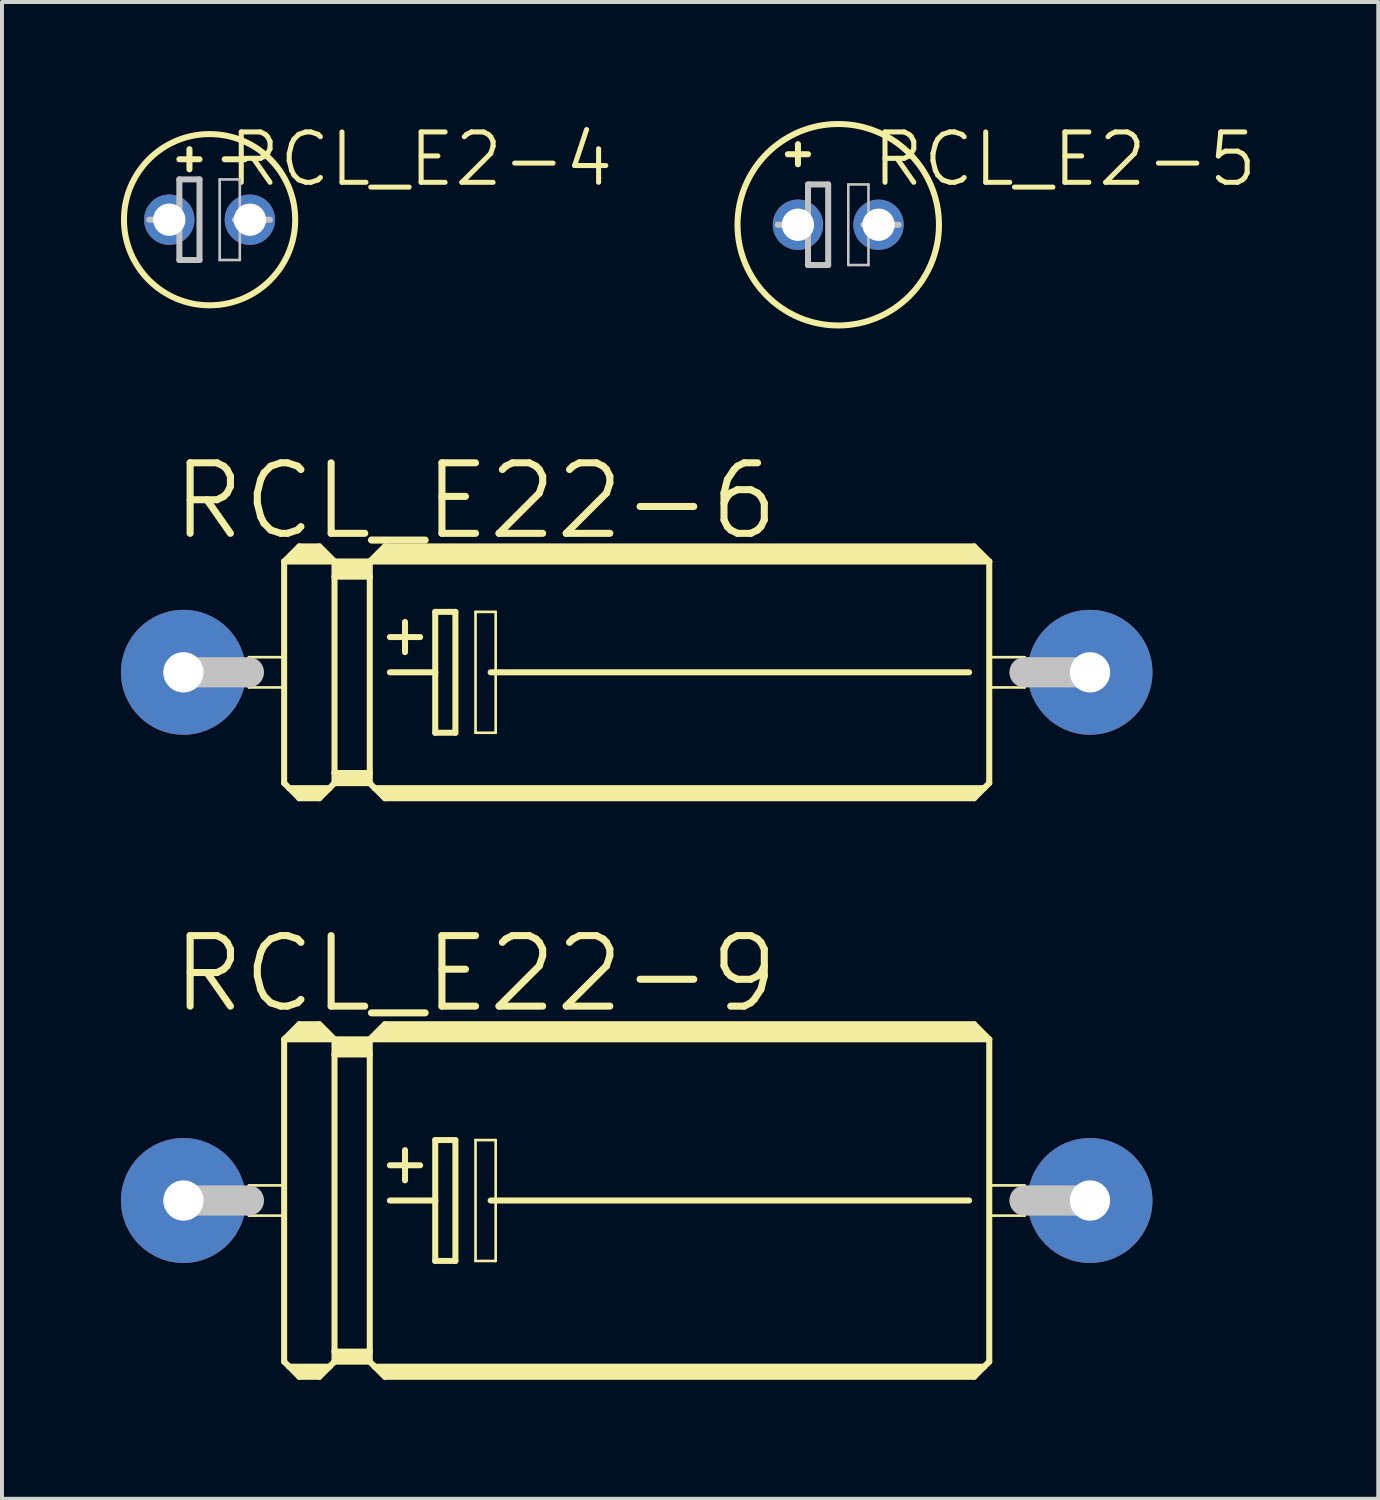
<source format=kicad_pcb>
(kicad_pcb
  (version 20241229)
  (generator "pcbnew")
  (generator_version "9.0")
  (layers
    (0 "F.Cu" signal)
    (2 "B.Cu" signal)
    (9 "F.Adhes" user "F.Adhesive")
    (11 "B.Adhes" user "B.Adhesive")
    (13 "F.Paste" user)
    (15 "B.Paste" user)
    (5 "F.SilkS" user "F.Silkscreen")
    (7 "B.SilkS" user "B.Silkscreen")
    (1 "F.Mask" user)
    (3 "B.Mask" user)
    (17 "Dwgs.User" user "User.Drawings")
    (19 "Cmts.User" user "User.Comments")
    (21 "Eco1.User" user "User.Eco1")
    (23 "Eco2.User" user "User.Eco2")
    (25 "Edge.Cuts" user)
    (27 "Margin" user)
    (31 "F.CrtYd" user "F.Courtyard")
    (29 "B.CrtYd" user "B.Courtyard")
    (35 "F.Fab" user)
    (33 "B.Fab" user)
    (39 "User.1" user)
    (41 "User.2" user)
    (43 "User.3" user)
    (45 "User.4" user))
  (footprint "RCL_E2-5"
    (layer "F.Cu")
    (at 18.087 2.617)
    (property "Reference" "RCL_E2-5" (at 5.715 -1.651 0) (layer "F.SilkS") (effects (font (size 1.27 1.27) (thickness 0.127))))
    (attr exclude_from_pos_files exclude_from_bom)
    (fp_line (start -1.27 -1.778) (end -0.762 -1.778) (stroke (width 0.152) (type solid)) (layer "F.SilkS"))
    (fp_line (start -1.016 -1.524) (end -1.016 -2.032) (stroke (width 0.152) (type solid)) (layer "F.SilkS"))
    (fp_circle (center 0 0) (end 0 -2.54) (stroke (width 0.152) (type solid)) (fill no) (layer "F.SilkS"))
    (fp_line (start -1.524 0) (end -0.762 0) (stroke (width 0.152) (type solid)) (layer "Dwgs.User"))
    (fp_line (start -0.762 -1.016) (end -0.762 0) (stroke (width 0.152) (type solid)) (layer "Dwgs.User"))
    (fp_line (start -0.762 0) (end -0.762 1.016) (stroke (width 0.152) (type solid)) (layer "Dwgs.User"))
    (fp_line (start -0.762 1.016) (end -0.254 1.016) (stroke (width 0.152) (type solid)) (layer "Dwgs.User"))
    (fp_line (start -0.254 -1.016) (end -0.762 -1.016) (stroke (width 0.152) (type solid)) (layer "Dwgs.User"))
    (fp_line (start -0.254 1.016) (end -0.254 -1.016) (stroke (width 0.152) (type solid)) (layer "Dwgs.User"))
    (fp_line (start 0.254 -1.016) (end 0.762 -1.016) (stroke (width 0.066) (type solid)) (layer "Dwgs.User"))
    (fp_line (start 0.254 1.016) (end 0.254 -1.016) (stroke (width 0.066) (type solid)) (layer "Dwgs.User"))
    (fp_line (start 0.254 1.016) (end 0.762 1.016) (stroke (width 0.066) (type solid)) (layer "Dwgs.User"))
    (fp_line (start 0.635 0) (end 1.524 0) (stroke (width 0.152) (type solid)) (layer "Dwgs.User"))
    (fp_line (start 0.762 1.016) (end 0.762 -1.016) (stroke (width 0.066) (type solid)) (layer "Dwgs.User"))
    (pad "+" thru_hole circle (at -1.016 0) (size 1.27 1.27) (drill 0.813) (layers "*.Cu" "*.Paste" "*.Mask"))
    (pad "-" thru_hole circle (at 1.016 0) (size 1.27 1.27) (drill 0.813) (layers "*.Cu" "*.Paste" "*.Mask")))
  (footprint "RCL_E2-4"
    (layer "F.Cu")
    (at 2.235 2.49)
    (property "Reference" "RCL_E2-4" (at 5.334 -1.524 0) (layer "F.SilkS") (effects (font (size 1.27 1.27) (thickness 0.127))))
    (attr exclude_from_pos_files exclude_from_bom)
    (fp_line (start -0.762 -1.524) (end -0.254 -1.524) (stroke (width 0.152) (type solid)) (layer "F.SilkS"))
    (fp_line (start -0.508 -1.27) (end -0.508 -1.778) (stroke (width 0.152) (type solid)) (layer "F.SilkS"))
    (fp_line (start 0.381 -1.524) (end 0.889 -1.524) (stroke (width 0.152) (type solid)) (layer "F.SilkS"))
    (fp_circle (center 0 0) (end 0 -2.159) (stroke (width 0.152) (type solid)) (fill no) (layer "F.SilkS"))
    (fp_line (start -1.524 0) (end -0.762 0) (stroke (width 0.152) (type solid)) (layer "Dwgs.User"))
    (fp_line (start -0.762 -1.016) (end -0.762 0) (stroke (width 0.152) (type solid)) (layer "Dwgs.User"))
    (fp_line (start -0.762 0) (end -0.762 1.016) (stroke (width 0.152) (type solid)) (layer "Dwgs.User"))
    (fp_line (start -0.762 1.016) (end -0.254 1.016) (stroke (width 0.152) (type solid)) (layer "Dwgs.User"))
    (fp_line (start -0.254 -1.016) (end -0.762 -1.016) (stroke (width 0.152) (type solid)) (layer "Dwgs.User"))
    (fp_line (start -0.254 1.016) (end -0.254 -1.016) (stroke (width 0.152) (type solid)) (layer "Dwgs.User"))
    (fp_line (start 0.254 -1.016) (end 0.762 -1.016) (stroke (width 0.066) (type solid)) (layer "Dwgs.User"))
    (fp_line (start 0.254 1.016) (end 0.254 -1.016) (stroke (width 0.066) (type solid)) (layer "Dwgs.User"))
    (fp_line (start 0.254 1.016) (end 0.762 1.016) (stroke (width 0.066) (type solid)) (layer "Dwgs.User"))
    (fp_line (start 0.635 0) (end 1.524 0) (stroke (width 0.152) (type solid)) (layer "Dwgs.User"))
    (fp_line (start 0.762 1.016) (end 0.762 -1.016) (stroke (width 0.066) (type solid)) (layer "Dwgs.User"))
    (pad "+" thru_hole circle (at -1.016 0) (size 1.27 1.27) (drill 0.813) (layers "*.Cu" "*.Paste" "*.Mask"))
    (pad "-" thru_hole circle (at 1.016 0) (size 1.27 1.27) (drill 0.813) (layers "*.Cu" "*.Paste" "*.Mask")))
  (footprint "RCL_E22-9"
    (layer "F.Cu")
    (at 13.005 27.222)
    (property "Reference" "RCL_E22-9" (at -4.064 -5.715 0) (layer "F.SilkS") (effects (font (size 1.778 1.778) (thickness 0.178))))
    (attr exclude_from_pos_files exclude_from_bom)
    (fp_line (start -9.779 -0.381) (end -8.89 -0.381) (stroke (width 0.066) (type solid)) (layer "F.SilkS"))
    (fp_line (start -9.779 0.381) (end -9.779 -0.381) (stroke (width 0.066) (type solid)) (layer "F.SilkS"))
    (fp_line (start -9.779 0.381) (end -8.89 0.381) (stroke (width 0.066) (type solid)) (layer "F.SilkS"))
    (fp_line (start -8.89 -4.064) (end -8.89 4.064) (stroke (width 0.152) (type solid)) (layer "F.SilkS"))
    (fp_line (start -8.89 -4.064) (end -8.509 -4.445) (stroke (width 0.152) (type solid)) (layer "F.SilkS"))
    (fp_line (start -8.89 -4.064) (end -7.62 -4.064) (stroke (width 0.152) (type solid)) (layer "F.SilkS"))
    (fp_line (start -8.89 0.381) (end -8.89 -0.381) (stroke (width 0.066) (type solid)) (layer "F.SilkS"))
    (fp_line (start -8.89 4.064) (end -8.76 4.191) (stroke (width 0.152) (type solid)) (layer "F.SilkS"))
    (fp_line (start -8.76 4.191) (end -8.509 4.445) (stroke (width 0.152) (type solid)) (layer "F.SilkS"))
    (fp_line (start -8.76 4.191) (end -7.747 4.191) (stroke (width 0.152) (type solid)) (layer "F.SilkS"))
    (fp_line (start -8.636 -4.191) (end -7.874 -4.191) (stroke (width 0.305) (type solid)) (layer "F.SilkS"))
    (fp_line (start -8.509 -4.445) (end -8.001 -4.445) (stroke (width 0.152) (type solid)) (layer "F.SilkS"))
    (fp_line (start -8.509 -4.318) (end -8.001 -4.318) (stroke (width 0.305) (type solid)) (layer "F.SilkS"))
    (fp_line (start -8.509 4.318) (end -8.001 4.318) (stroke (width 0.254) (type solid)) (layer "F.SilkS"))
    (fp_line (start -8.509 4.445) (end -8.001 4.445) (stroke (width 0.152) (type solid)) (layer "F.SilkS"))
    (fp_line (start -7.747 4.191) (end -8.001 4.445) (stroke (width 0.152) (type solid)) (layer "F.SilkS"))
    (fp_line (start -7.62 -4.064) (end -8.001 -4.445) (stroke (width 0.152) (type solid)) (layer "F.SilkS"))
    (fp_line (start -7.62 -4.064) (end -7.62 -3.683) (stroke (width 0.152) (type solid)) (layer "F.SilkS"))
    (fp_line (start -7.62 -4.064) (end -6.731 -4.064) (stroke (width 0.152) (type solid)) (layer "F.SilkS"))
    (fp_line (start -7.62 -3.683) (end -6.731 -3.683) (stroke (width 0.152) (type solid)) (layer "F.SilkS"))
    (fp_line (start -7.62 3.81) (end -7.62 -3.683) (stroke (width 0.152) (type solid)) (layer "F.SilkS"))
    (fp_line (start -7.62 3.81) (end -6.731 3.81) (stroke (width 0.152) (type solid)) (layer "F.SilkS"))
    (fp_line (start -7.62 4.064) (end -7.747 4.191) (stroke (width 0.152) (type solid)) (layer "F.SilkS"))
    (fp_line (start -7.62 4.064) (end -7.62 3.81) (stroke (width 0.152) (type solid)) (layer "F.SilkS"))
    (fp_line (start -7.62 4.064) (end -6.731 4.064) (stroke (width 0.152) (type solid)) (layer "F.SilkS"))
    (fp_line (start -7.493 -3.937) (end -6.858 -3.937) (stroke (width 0.305) (type solid)) (layer "F.SilkS"))
    (fp_line (start -7.493 -3.81) (end -6.858 -3.81) (stroke (width 0.305) (type solid)) (layer "F.SilkS"))
    (fp_line (start -7.493 3.937) (end -6.858 3.937) (stroke (width 0.254) (type solid)) (layer "F.SilkS"))
    (fp_line (start -6.731 -4.064) (end -6.731 -3.683) (stroke (width 0.152) (type solid)) (layer "F.SilkS"))
    (fp_line (start -6.731 -4.064) (end 8.89 -4.064) (stroke (width 0.152) (type solid)) (layer "F.SilkS"))
    (fp_line (start -6.731 -3.683) (end -6.731 3.81) (stroke (width 0.152) (type solid)) (layer "F.SilkS"))
    (fp_line (start -6.731 3.81) (end -6.731 4.064) (stroke (width 0.152) (type solid)) (layer "F.SilkS"))
    (fp_line (start -6.604 4.191) (end -6.731 4.064) (stroke (width 0.152) (type solid)) (layer "F.SilkS"))
    (fp_line (start -6.604 4.191) (end 8.76 4.191) (stroke (width 0.152) (type solid)) (layer "F.SilkS"))
    (fp_line (start -6.477 -4.191) (end 8.636 -4.191) (stroke (width 0.305) (type solid)) (layer "F.SilkS"))
    (fp_line (start -6.35 -4.445) (end -6.731 -4.064) (stroke (width 0.152) (type solid)) (layer "F.SilkS"))
    (fp_line (start -6.35 -4.445) (end 8.509 -4.445) (stroke (width 0.152) (type solid)) (layer "F.SilkS"))
    (fp_line (start -6.35 -4.318) (end 8.509 -4.318) (stroke (width 0.305) (type solid)) (layer "F.SilkS"))
    (fp_line (start -6.35 4.318) (end 8.509 4.318) (stroke (width 0.254) (type solid)) (layer "F.SilkS"))
    (fp_line (start -6.35 4.445) (end -6.604 4.191) (stroke (width 0.152) (type solid)) (layer "F.SilkS"))
    (fp_line (start -6.35 4.445) (end 8.509 4.445) (stroke (width 0.152) (type solid)) (layer "F.SilkS"))
    (fp_line (start -6.223 -0.889) (end -5.461 -0.889) (stroke (width 0.152) (type solid)) (layer "F.SilkS"))
    (fp_line (start -6.223 0) (end -5.08 0) (stroke (width 0.152) (type solid)) (layer "F.SilkS"))
    (fp_line (start -5.842 -1.27) (end -5.842 -0.508) (stroke (width 0.152) (type solid)) (layer "F.SilkS"))
    (fp_line (start -5.08 -1.524) (end -5.08 0) (stroke (width 0.152) (type solid)) (layer "F.SilkS"))
    (fp_line (start -5.08 0) (end -5.08 1.524) (stroke (width 0.152) (type solid)) (layer "F.SilkS"))
    (fp_line (start -5.08 1.524) (end -4.572 1.524) (stroke (width 0.152) (type solid)) (layer "F.SilkS"))
    (fp_line (start -4.572 -1.524) (end -5.08 -1.524) (stroke (width 0.152) (type solid)) (layer "F.SilkS"))
    (fp_line (start -4.572 1.524) (end -4.572 -1.524) (stroke (width 0.152) (type solid)) (layer "F.SilkS"))
    (fp_line (start -4.064 -1.524) (end -3.556 -1.524) (stroke (width 0.066) (type solid)) (layer "F.SilkS"))
    (fp_line (start -4.064 1.524) (end -4.064 -1.524) (stroke (width 0.066) (type solid)) (layer "F.SilkS"))
    (fp_line (start -4.064 1.524) (end -3.556 1.524) (stroke (width 0.066) (type solid)) (layer "F.SilkS"))
    (fp_line (start -3.683 0) (end 8.382 0) (stroke (width 0.152) (type solid)) (layer "F.SilkS"))
    (fp_line (start -3.556 1.524) (end -3.556 -1.524) (stroke (width 0.066) (type solid)) (layer "F.SilkS"))
    (fp_line (start 8.509 -4.445) (end 8.89 -4.064) (stroke (width 0.152) (type solid)) (layer "F.SilkS"))
    (fp_line (start 8.509 4.445) (end 8.76 4.191) (stroke (width 0.152) (type solid)) (layer "F.SilkS"))
    (fp_line (start 8.76 4.191) (end 8.89 4.064) (stroke (width 0.152) (type solid)) (layer "F.SilkS"))
    (fp_line (start 8.89 -4.064) (end 8.89 4.064) (stroke (width 0.152) (type solid)) (layer "F.SilkS"))
    (fp_line (start 8.89 -0.381) (end 9.779 -0.381) (stroke (width 0.066) (type solid)) (layer "F.SilkS"))
    (fp_line (start 8.89 0.381) (end 8.89 -0.381) (stroke (width 0.066) (type solid)) (layer "F.SilkS"))
    (fp_line (start 8.89 0.381) (end 9.779 0.381) (stroke (width 0.066) (type solid)) (layer "F.SilkS"))
    (fp_line (start 9.779 0.381) (end 9.779 -0.381) (stroke (width 0.066) (type solid)) (layer "F.SilkS"))
    (fp_line (start -11.43 0) (end -9.779 0) (stroke (width 0.762) (type solid)) (layer "Dwgs.User"))
    (fp_line (start 11.43 0) (end 9.779 0) (stroke (width 0.762) (type solid)) (layer "Dwgs.User"))
    (pad "+" thru_hole circle (at -11.43 0) (size 3.15 3.15) (drill 1.016) (layers "*.Cu" "*.Paste" "*.Mask"))
    (pad "-" thru_hole circle (at 11.43 0) (size 3.15 3.15) (drill 1.016) (layers "*.Cu" "*.Paste" "*.Mask")))
  (footprint "RCL_E22-6"
    (layer "F.Cu")
    (at 13.005 13.903)
    (property "Reference" "RCL_E22-6" (at -4.064 -4.318 0) (layer "F.SilkS") (effects (font (size 1.778 1.778) (thickness 0.178))))
    (attr exclude_from_pos_files exclude_from_bom)
    (fp_line (start -9.779 -0.381) (end -8.89 -0.381) (stroke (width 0.066) (type solid)) (layer "F.SilkS"))
    (fp_line (start -9.779 0.381) (end -9.779 -0.381) (stroke (width 0.066) (type solid)) (layer "F.SilkS"))
    (fp_line (start -9.779 0.381) (end -8.89 0.381) (stroke (width 0.066) (type solid)) (layer "F.SilkS"))
    (fp_line (start -8.89 -2.794) (end -8.89 2.794) (stroke (width 0.152) (type solid)) (layer "F.SilkS"))
    (fp_line (start -8.89 -2.794) (end -8.509 -3.175) (stroke (width 0.152) (type solid)) (layer "F.SilkS"))
    (fp_line (start -8.89 -2.794) (end -7.62 -2.794) (stroke (width 0.152) (type solid)) (layer "F.SilkS"))
    (fp_line (start -8.89 0.381) (end -8.89 -0.381) (stroke (width 0.066) (type solid)) (layer "F.SilkS"))
    (fp_line (start -8.89 2.794) (end -8.76 2.921) (stroke (width 0.152) (type solid)) (layer "F.SilkS"))
    (fp_line (start -8.76 2.921) (end -8.509 3.175) (stroke (width 0.152) (type solid)) (layer "F.SilkS"))
    (fp_line (start -8.76 2.921) (end -7.747 2.921) (stroke (width 0.152) (type solid)) (layer "F.SilkS"))
    (fp_line (start -8.636 -2.921) (end -7.874 -2.921) (stroke (width 0.305) (type solid)) (layer "F.SilkS"))
    (fp_line (start -8.509 -3.175) (end -8.001 -3.175) (stroke (width 0.152) (type solid)) (layer "F.SilkS"))
    (fp_line (start -8.509 -3.048) (end -8.001 -3.048) (stroke (width 0.305) (type solid)) (layer "F.SilkS"))
    (fp_line (start -8.509 3.048) (end -8.001 3.048) (stroke (width 0.254) (type solid)) (layer "F.SilkS"))
    (fp_line (start -8.509 3.175) (end -8.001 3.175) (stroke (width 0.152) (type solid)) (layer "F.SilkS"))
    (fp_line (start -7.747 2.921) (end -8.001 3.175) (stroke (width 0.152) (type solid)) (layer "F.SilkS"))
    (fp_line (start -7.62 -2.794) (end -8.001 -3.175) (stroke (width 0.152) (type solid)) (layer "F.SilkS"))
    (fp_line (start -7.62 -2.794) (end -7.62 -2.413) (stroke (width 0.152) (type solid)) (layer "F.SilkS"))
    (fp_line (start -7.62 -2.794) (end -6.731 -2.794) (stroke (width 0.152) (type solid)) (layer "F.SilkS"))
    (fp_line (start -7.62 -2.413) (end -6.731 -2.413) (stroke (width 0.152) (type solid)) (layer "F.SilkS"))
    (fp_line (start -7.62 2.54) (end -7.62 -2.413) (stroke (width 0.152) (type solid)) (layer "F.SilkS"))
    (fp_line (start -7.62 2.54) (end -6.731 2.54) (stroke (width 0.152) (type solid)) (layer "F.SilkS"))
    (fp_line (start -7.62 2.794) (end -7.747 2.921) (stroke (width 0.152) (type solid)) (layer "F.SilkS"))
    (fp_line (start -7.62 2.794) (end -7.62 2.54) (stroke (width 0.152) (type solid)) (layer "F.SilkS"))
    (fp_line (start -7.62 2.794) (end -6.731 2.794) (stroke (width 0.152) (type solid)) (layer "F.SilkS"))
    (fp_line (start -7.493 -2.667) (end -6.858 -2.667) (stroke (width 0.305) (type solid)) (layer "F.SilkS"))
    (fp_line (start -7.493 -2.54) (end -6.858 -2.54) (stroke (width 0.305) (type solid)) (layer "F.SilkS"))
    (fp_line (start -7.493 2.667) (end -6.858 2.667) (stroke (width 0.254) (type solid)) (layer "F.SilkS"))
    (fp_line (start -6.731 -2.794) (end -6.731 -2.413) (stroke (width 0.152) (type solid)) (layer "F.SilkS"))
    (fp_line (start -6.731 -2.794) (end 8.89 -2.794) (stroke (width 0.152) (type solid)) (layer "F.SilkS"))
    (fp_line (start -6.731 -2.413) (end -6.731 2.54) (stroke (width 0.152) (type solid)) (layer "F.SilkS"))
    (fp_line (start -6.731 2.54) (end -6.731 2.794) (stroke (width 0.152) (type solid)) (layer "F.SilkS"))
    (fp_line (start -6.604 2.921) (end -6.731 2.794) (stroke (width 0.152) (type solid)) (layer "F.SilkS"))
    (fp_line (start -6.604 2.921) (end 8.76 2.921) (stroke (width 0.152) (type solid)) (layer "F.SilkS"))
    (fp_line (start -6.477 -2.921) (end 8.636 -2.921) (stroke (width 0.305) (type solid)) (layer "F.SilkS"))
    (fp_line (start -6.35 -3.175) (end -6.731 -2.794) (stroke (width 0.152) (type solid)) (layer "F.SilkS"))
    (fp_line (start -6.35 -3.175) (end 8.509 -3.175) (stroke (width 0.152) (type solid)) (layer "F.SilkS"))
    (fp_line (start -6.35 -3.048) (end 8.509 -3.048) (stroke (width 0.305) (type solid)) (layer "F.SilkS"))
    (fp_line (start -6.35 3.048) (end 8.509 3.048) (stroke (width 0.254) (type solid)) (layer "F.SilkS"))
    (fp_line (start -6.35 3.175) (end -6.604 2.921) (stroke (width 0.152) (type solid)) (layer "F.SilkS"))
    (fp_line (start -6.35 3.175) (end 8.509 3.175) (stroke (width 0.152) (type solid)) (layer "F.SilkS"))
    (fp_line (start -6.223 -0.889) (end -5.461 -0.889) (stroke (width 0.152) (type solid)) (layer "F.SilkS"))
    (fp_line (start -6.223 0) (end -5.08 0) (stroke (width 0.152) (type solid)) (layer "F.SilkS"))
    (fp_line (start -5.842 -1.27) (end -5.842 -0.508) (stroke (width 0.152) (type solid)) (layer "F.SilkS"))
    (fp_line (start -5.08 -1.524) (end -5.08 0) (stroke (width 0.152) (type solid)) (layer "F.SilkS"))
    (fp_line (start -5.08 0) (end -5.08 1.524) (stroke (width 0.152) (type solid)) (layer "F.SilkS"))
    (fp_line (start -5.08 1.524) (end -4.572 1.524) (stroke (width 0.152) (type solid)) (layer "F.SilkS"))
    (fp_line (start -4.572 -1.524) (end -5.08 -1.524) (stroke (width 0.152) (type solid)) (layer "F.SilkS"))
    (fp_line (start -4.572 1.524) (end -4.572 -1.524) (stroke (width 0.152) (type solid)) (layer "F.SilkS"))
    (fp_line (start -4.064 -1.524) (end -3.556 -1.524) (stroke (width 0.066) (type solid)) (layer "F.SilkS"))
    (fp_line (start -4.064 1.524) (end -4.064 -1.524) (stroke (width 0.066) (type solid)) (layer "F.SilkS"))
    (fp_line (start -4.064 1.524) (end -3.556 1.524) (stroke (width 0.066) (type solid)) (layer "F.SilkS"))
    (fp_line (start -3.683 0) (end 8.382 0) (stroke (width 0.152) (type solid)) (layer "F.SilkS"))
    (fp_line (start -3.556 1.524) (end -3.556 -1.524) (stroke (width 0.066) (type solid)) (layer "F.SilkS"))
    (fp_line (start 8.509 -3.175) (end 8.89 -2.794) (stroke (width 0.152) (type solid)) (layer "F.SilkS"))
    (fp_line (start 8.509 3.175) (end 8.76 2.921) (stroke (width 0.152) (type solid)) (layer "F.SilkS"))
    (fp_line (start 8.76 2.921) (end 8.89 2.794) (stroke (width 0.152) (type solid)) (layer "F.SilkS"))
    (fp_line (start 8.89 -2.794) (end 8.89 2.794) (stroke (width 0.152) (type solid)) (layer "F.SilkS"))
    (fp_line (start 8.89 -0.381) (end 9.779 -0.381) (stroke (width 0.066) (type solid)) (layer "F.SilkS"))
    (fp_line (start 8.89 0.381) (end 8.89 -0.381) (stroke (width 0.066) (type solid)) (layer "F.SilkS"))
    (fp_line (start 8.89 0.381) (end 9.779 0.381) (stroke (width 0.066) (type solid)) (layer "F.SilkS"))
    (fp_line (start 9.779 0.381) (end 9.779 -0.381) (stroke (width 0.066) (type solid)) (layer "F.SilkS"))
    (fp_line (start -11.43 0) (end -9.779 0) (stroke (width 0.762) (type solid)) (layer "Dwgs.User"))
    (fp_line (start 11.43 0) (end 9.779 0) (stroke (width 0.762) (type solid)) (layer "Dwgs.User"))
    (pad "+" thru_hole circle (at -11.43 0) (size 3.15 3.15) (drill 1.016) (layers "*.Cu" "*.Paste" "*.Mask"))
    (pad "-" thru_hole circle (at 11.43 0) (size 3.15 3.15) (drill 1.016) (layers "*.Cu" "*.Paste" "*.Mask")))
  (gr_rect
    (start -3 -3)
    (end 31.704 34.743)
    (stroke (width 0.1) (type default))
    (fill no)
    (layer "Edge.Cuts")))
</source>
